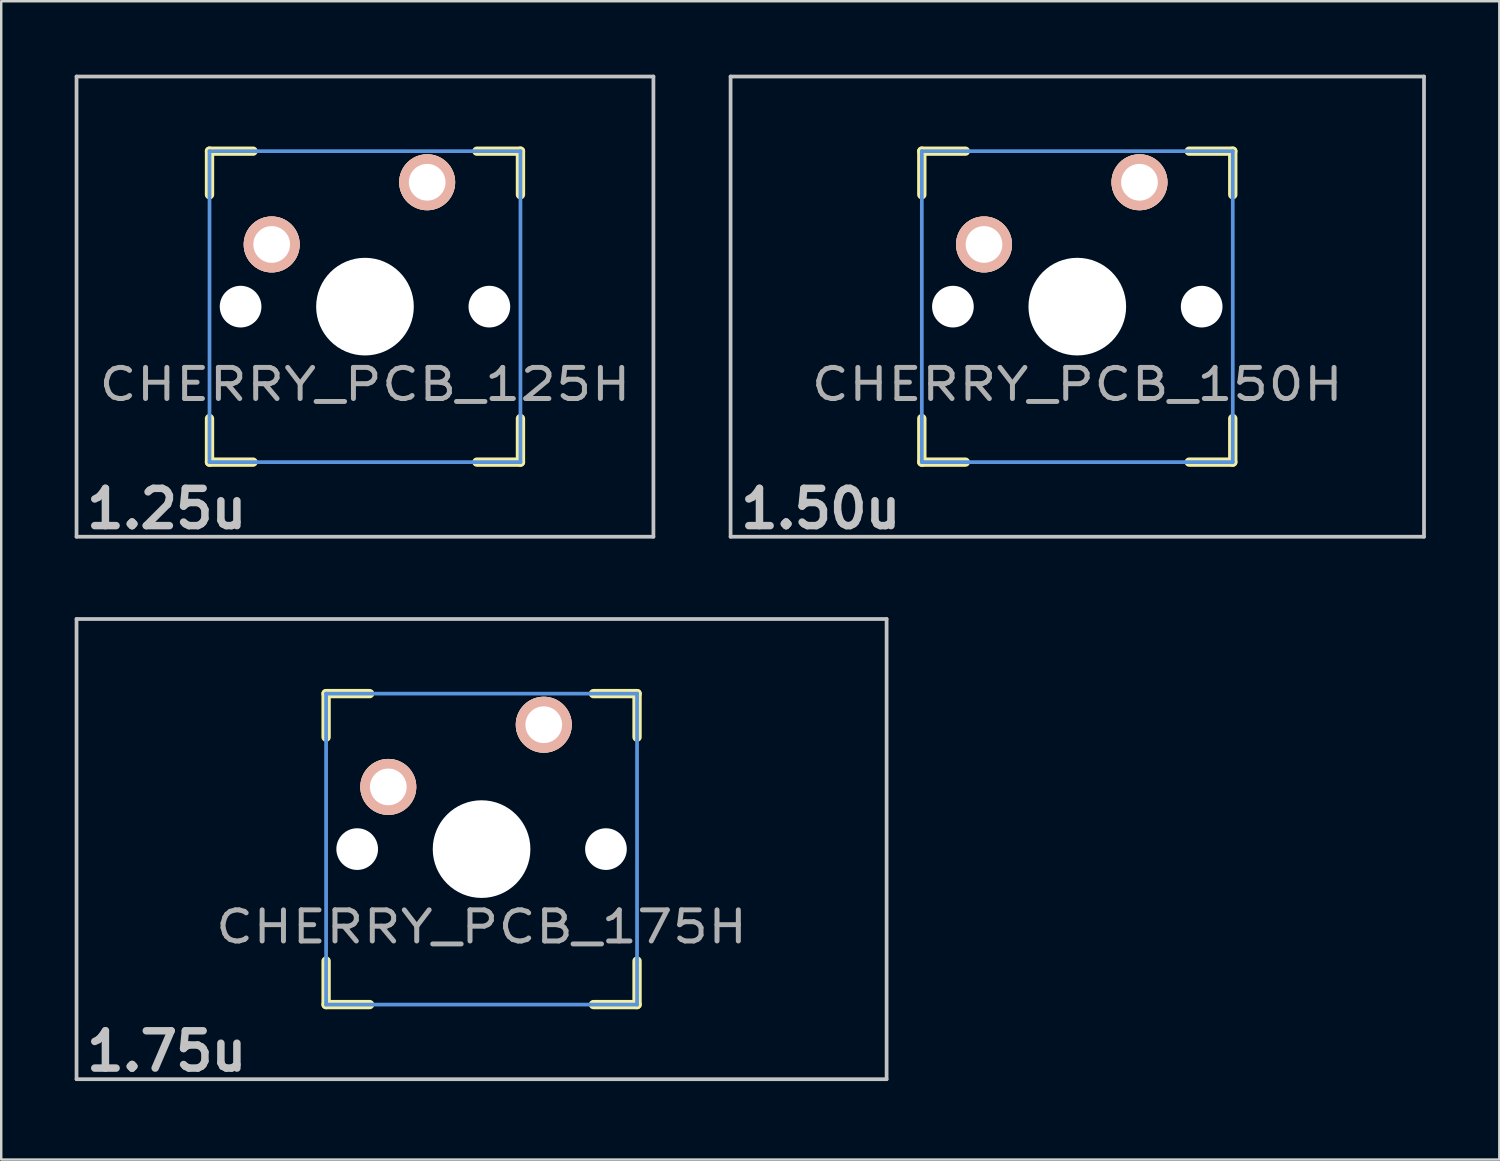
<source format=kicad_pcb>
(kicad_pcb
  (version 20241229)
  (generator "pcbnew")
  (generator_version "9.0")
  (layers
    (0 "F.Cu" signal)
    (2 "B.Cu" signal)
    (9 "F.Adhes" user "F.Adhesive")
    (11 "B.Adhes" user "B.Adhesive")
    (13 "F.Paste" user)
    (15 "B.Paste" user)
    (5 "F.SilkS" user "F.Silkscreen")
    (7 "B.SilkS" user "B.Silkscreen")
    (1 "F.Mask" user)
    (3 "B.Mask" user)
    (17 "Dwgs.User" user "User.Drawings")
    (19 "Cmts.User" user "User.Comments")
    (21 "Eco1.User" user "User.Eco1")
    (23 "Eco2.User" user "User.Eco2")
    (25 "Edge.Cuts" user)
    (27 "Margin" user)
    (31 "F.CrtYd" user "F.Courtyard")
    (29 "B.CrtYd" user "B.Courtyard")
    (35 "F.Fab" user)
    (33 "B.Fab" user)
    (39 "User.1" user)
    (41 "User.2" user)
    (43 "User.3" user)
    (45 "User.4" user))
  (footprint "CHERRY_PCB_125H"
    (layer "F.Cu")
    (at 11.857 9.474)
    (property "Reference" "CHERRY_PCB_125H" (at 0 3.175 0) (layer "F.Fab") (effects (font (size 1.27 1.524) (thickness 0.203))))
    (attr through_hole)
    (fp_line (start -6.35 -6.35) (end -4.572 -6.35) (stroke (width 0.381) (type solid)) (layer "F.SilkS"))
    (fp_line (start -6.35 -4.572) (end -6.35 -6.35) (stroke (width 0.381) (type solid)) (layer "F.SilkS"))
    (fp_line (start -6.35 6.35) (end -6.35 4.572) (stroke (width 0.381) (type solid)) (layer "F.SilkS"))
    (fp_line (start -4.572 6.35) (end -6.35 6.35) (stroke (width 0.381) (type solid)) (layer "F.SilkS"))
    (fp_line (start 4.572 -6.35) (end 6.35 -6.35) (stroke (width 0.381) (type solid)) (layer "F.SilkS"))
    (fp_line (start 6.35 -6.35) (end 6.35 -4.572) (stroke (width 0.381) (type solid)) (layer "F.SilkS"))
    (fp_line (start 6.35 4.572) (end 6.35 6.35) (stroke (width 0.381) (type solid)) (layer "F.SilkS"))
    (fp_line (start 6.35 6.35) (end 4.572 6.35) (stroke (width 0.381) (type solid)) (layer "F.SilkS"))
    (fp_line (start -11.781 -9.398) (end 11.781 -9.398) (stroke (width 0.152) (type solid)) (layer "Dwgs.User"))
    (fp_line (start -11.781 9.398) (end -11.781 -9.398) (stroke (width 0.152) (type solid)) (layer "Dwgs.User"))
    (fp_line (start 11.781 -9.398) (end 11.781 9.398) (stroke (width 0.152) (type solid)) (layer "Dwgs.User"))
    (fp_line (start 11.781 9.398) (end -11.781 9.398) (stroke (width 0.152) (type solid)) (layer "Dwgs.User"))
    (fp_line (start -6.35 -6.35) (end 6.35 -6.35) (stroke (width 0.152) (type solid)) (layer "Cmts.User"))
    (fp_line (start -6.35 6.35) (end -6.35 -6.35) (stroke (width 0.152) (type solid)) (layer "Cmts.User"))
    (fp_line (start 6.35 -6.35) (end 6.35 6.35) (stroke (width 0.152) (type solid)) (layer "Cmts.User"))
    (fp_line (start 6.35 6.35) (end -6.35 6.35) (stroke (width 0.152) (type solid)) (layer "Cmts.User"))
    (fp_line (start -6.985 -6.985) (end 6.985 -6.985) (stroke (width 0.152) (type solid)) (layer "Eco2.User"))
    (fp_line (start -6.985 6.985) (end -6.985 -6.985) (stroke (width 0.152) (type solid)) (layer "Eco2.User"))
    (fp_line (start 6.985 -6.985) (end 6.985 6.985) (stroke (width 0.152) (type solid)) (layer "Eco2.User"))
    (fp_line (start 6.985 6.985) (end -6.985 6.985) (stroke (width 0.152) (type solid)) (layer "Eco2.User"))
    (fp_text user "1.25u" (at -8.098 8.255 0) (layer "Dwgs.User") (effects (font (size 1.524 1.524) (thickness 0.305))))
    (pad "" np_thru_hole circle (at -5.08 0) (size 1.702 1.702) (drill 1.702) (layers "*.Cu"))
    (pad "" np_thru_hole circle (at 0 0) (size 3.988 3.988) (drill 3.988) (layers "*.Cu"))
    (pad "" np_thru_hole circle (at 5.08 0) (size 1.702 1.702) (drill 1.702) (layers "*.Cu"))
    (pad "1" thru_hole circle (at 2.54 -5.08) (size 2.286 2.286) (drill 1.499) (layers "*.Cu" "*.SilkS" "*.Mask"))
    (pad "2" thru_hole circle (at -3.81 -2.54) (size 2.286 2.286) (drill 1.499) (layers "*.Cu" "*.SilkS" "*.Mask")))
  (footprint "CHERRY_PCB_175H"
    (layer "F.Cu")
    (at 16.619 31.63)
    (property "Reference" "CHERRY_PCB_175H" (at 0 3.175 0) (layer "F.Fab") (effects (font (size 1.27 1.524) (thickness 0.203))))
    (attr through_hole)
    (fp_line (start -6.35 -6.35) (end -4.572 -6.35) (stroke (width 0.381) (type solid)) (layer "F.SilkS"))
    (fp_line (start -6.35 -4.572) (end -6.35 -6.35) (stroke (width 0.381) (type solid)) (layer "F.SilkS"))
    (fp_line (start -6.35 6.35) (end -6.35 4.572) (stroke (width 0.381) (type solid)) (layer "F.SilkS"))
    (fp_line (start -4.572 6.35) (end -6.35 6.35) (stroke (width 0.381) (type solid)) (layer "F.SilkS"))
    (fp_line (start 4.572 -6.35) (end 6.35 -6.35) (stroke (width 0.381) (type solid)) (layer "F.SilkS"))
    (fp_line (start 6.35 -6.35) (end 6.35 -4.572) (stroke (width 0.381) (type solid)) (layer "F.SilkS"))
    (fp_line (start 6.35 4.572) (end 6.35 6.35) (stroke (width 0.381) (type solid)) (layer "F.SilkS"))
    (fp_line (start 6.35 6.35) (end 4.572 6.35) (stroke (width 0.381) (type solid)) (layer "F.SilkS"))
    (fp_line (start -16.543 -9.398) (end 16.543 -9.398) (stroke (width 0.152) (type solid)) (layer "Dwgs.User"))
    (fp_line (start -16.543 9.398) (end -16.543 -9.398) (stroke (width 0.152) (type solid)) (layer "Dwgs.User"))
    (fp_line (start 16.543 -9.398) (end 16.543 9.398) (stroke (width 0.152) (type solid)) (layer "Dwgs.User"))
    (fp_line (start 16.543 9.398) (end -16.543 9.398) (stroke (width 0.152) (type solid)) (layer "Dwgs.User"))
    (fp_line (start -6.35 -6.35) (end 6.35 -6.35) (stroke (width 0.152) (type solid)) (layer "Cmts.User"))
    (fp_line (start -6.35 6.35) (end -6.35 -6.35) (stroke (width 0.152) (type solid)) (layer "Cmts.User"))
    (fp_line (start 6.35 -6.35) (end 6.35 6.35) (stroke (width 0.152) (type solid)) (layer "Cmts.User"))
    (fp_line (start 6.35 6.35) (end -6.35 6.35) (stroke (width 0.152) (type solid)) (layer "Cmts.User"))
    (fp_line (start -6.985 -6.985) (end 6.985 -6.985) (stroke (width 0.152) (type solid)) (layer "Eco2.User"))
    (fp_line (start -6.985 6.985) (end -6.985 -6.985) (stroke (width 0.152) (type solid)) (layer "Eco2.User"))
    (fp_line (start 6.985 -6.985) (end 6.985 6.985) (stroke (width 0.152) (type solid)) (layer "Eco2.User"))
    (fp_line (start 6.985 6.985) (end -6.985 6.985) (stroke (width 0.152) (type solid)) (layer "Eco2.User"))
    (fp_text user "1.75u" (at -12.86 8.255 0) (layer "Dwgs.User") (effects (font (size 1.524 1.524) (thickness 0.305))))
    (pad "" np_thru_hole circle (at -5.08 0) (size 1.702 1.702) (drill 1.702) (layers "*.Cu"))
    (pad "" np_thru_hole circle (at 0 0) (size 3.988 3.988) (drill 3.988) (layers "*.Cu"))
    (pad "" np_thru_hole circle (at 5.08 0) (size 1.702 1.702) (drill 1.702) (layers "*.Cu"))
    (pad "1" thru_hole circle (at 2.54 -5.08) (size 2.286 2.286) (drill 1.499) (layers "*.Cu" "*.SilkS" "*.Mask"))
    (pad "2" thru_hole circle (at -3.81 -2.54) (size 2.286 2.286) (drill 1.499) (layers "*.Cu" "*.SilkS" "*.Mask")))
  (footprint "CHERRY_PCB_150H"
    (layer "F.Cu")
    (at 40.95 9.474)
    (property "Reference" "CHERRY_PCB_150H" (at 0 3.175 0) (layer "F.Fab") (effects (font (size 1.27 1.524) (thickness 0.203))))
    (attr through_hole)
    (fp_line (start -6.35 -6.35) (end -4.572 -6.35) (stroke (width 0.381) (type solid)) (layer "F.SilkS"))
    (fp_line (start -6.35 -4.572) (end -6.35 -6.35) (stroke (width 0.381) (type solid)) (layer "F.SilkS"))
    (fp_line (start -6.35 6.35) (end -6.35 4.572) (stroke (width 0.381) (type solid)) (layer "F.SilkS"))
    (fp_line (start -4.572 6.35) (end -6.35 6.35) (stroke (width 0.381) (type solid)) (layer "F.SilkS"))
    (fp_line (start 4.572 -6.35) (end 6.35 -6.35) (stroke (width 0.381) (type solid)) (layer "F.SilkS"))
    (fp_line (start 6.35 -6.35) (end 6.35 -4.572) (stroke (width 0.381) (type solid)) (layer "F.SilkS"))
    (fp_line (start 6.35 4.572) (end 6.35 6.35) (stroke (width 0.381) (type solid)) (layer "F.SilkS"))
    (fp_line (start 6.35 6.35) (end 4.572 6.35) (stroke (width 0.381) (type solid)) (layer "F.SilkS"))
    (fp_line (start -14.161 -9.398) (end 14.161 -9.398) (stroke (width 0.152) (type solid)) (layer "Dwgs.User"))
    (fp_line (start -14.161 9.398) (end -14.161 -9.398) (stroke (width 0.152) (type solid)) (layer "Dwgs.User"))
    (fp_line (start 14.161 -9.398) (end 14.161 9.398) (stroke (width 0.152) (type solid)) (layer "Dwgs.User"))
    (fp_line (start 14.161 9.398) (end -14.161 9.398) (stroke (width 0.152) (type solid)) (layer "Dwgs.User"))
    (fp_line (start -6.35 -6.35) (end 6.35 -6.35) (stroke (width 0.152) (type solid)) (layer "Cmts.User"))
    (fp_line (start -6.35 6.35) (end -6.35 -6.35) (stroke (width 0.152) (type solid)) (layer "Cmts.User"))
    (fp_line (start 6.35 -6.35) (end 6.35 6.35) (stroke (width 0.152) (type solid)) (layer "Cmts.User"))
    (fp_line (start 6.35 6.35) (end -6.35 6.35) (stroke (width 0.152) (type solid)) (layer "Cmts.User"))
    (fp_line (start -6.985 -6.985) (end 6.985 -6.985) (stroke (width 0.152) (type solid)) (layer "Eco2.User"))
    (fp_line (start -6.985 6.985) (end -6.985 -6.985) (stroke (width 0.152) (type solid)) (layer "Eco2.User"))
    (fp_line (start 6.985 -6.985) (end 6.985 6.985) (stroke (width 0.152) (type solid)) (layer "Eco2.User"))
    (fp_line (start 6.985 6.985) (end -6.985 6.985) (stroke (width 0.152) (type solid)) (layer "Eco2.User"))
    (fp_text user "1.50u" (at -10.477 8.255 0) (layer "Dwgs.User") (effects (font (size 1.524 1.524) (thickness 0.305))))
    (pad "" np_thru_hole circle (at -5.08 0) (size 1.702 1.702) (drill 1.702) (layers "*.Cu"))
    (pad "" np_thru_hole circle (at 0 0) (size 3.988 3.988) (drill 3.988) (layers "*.Cu"))
    (pad "" np_thru_hole circle (at 5.08 0) (size 1.702 1.702) (drill 1.702) (layers "*.Cu"))
    (pad "1" thru_hole circle (at 2.54 -5.08) (size 2.286 2.286) (drill 1.499) (layers "*.Cu" "*.SilkS" "*.Mask"))
    (pad "2" thru_hole circle (at -3.81 -2.54) (size 2.286 2.286) (drill 1.499) (layers "*.Cu" "*.SilkS" "*.Mask")))
  (gr_rect
    (start -3 -3)
    (end 58.187 44.311)
    (stroke (width 0.1) (type default))
    (fill no)
    (layer "Edge.Cuts")))
</source>
